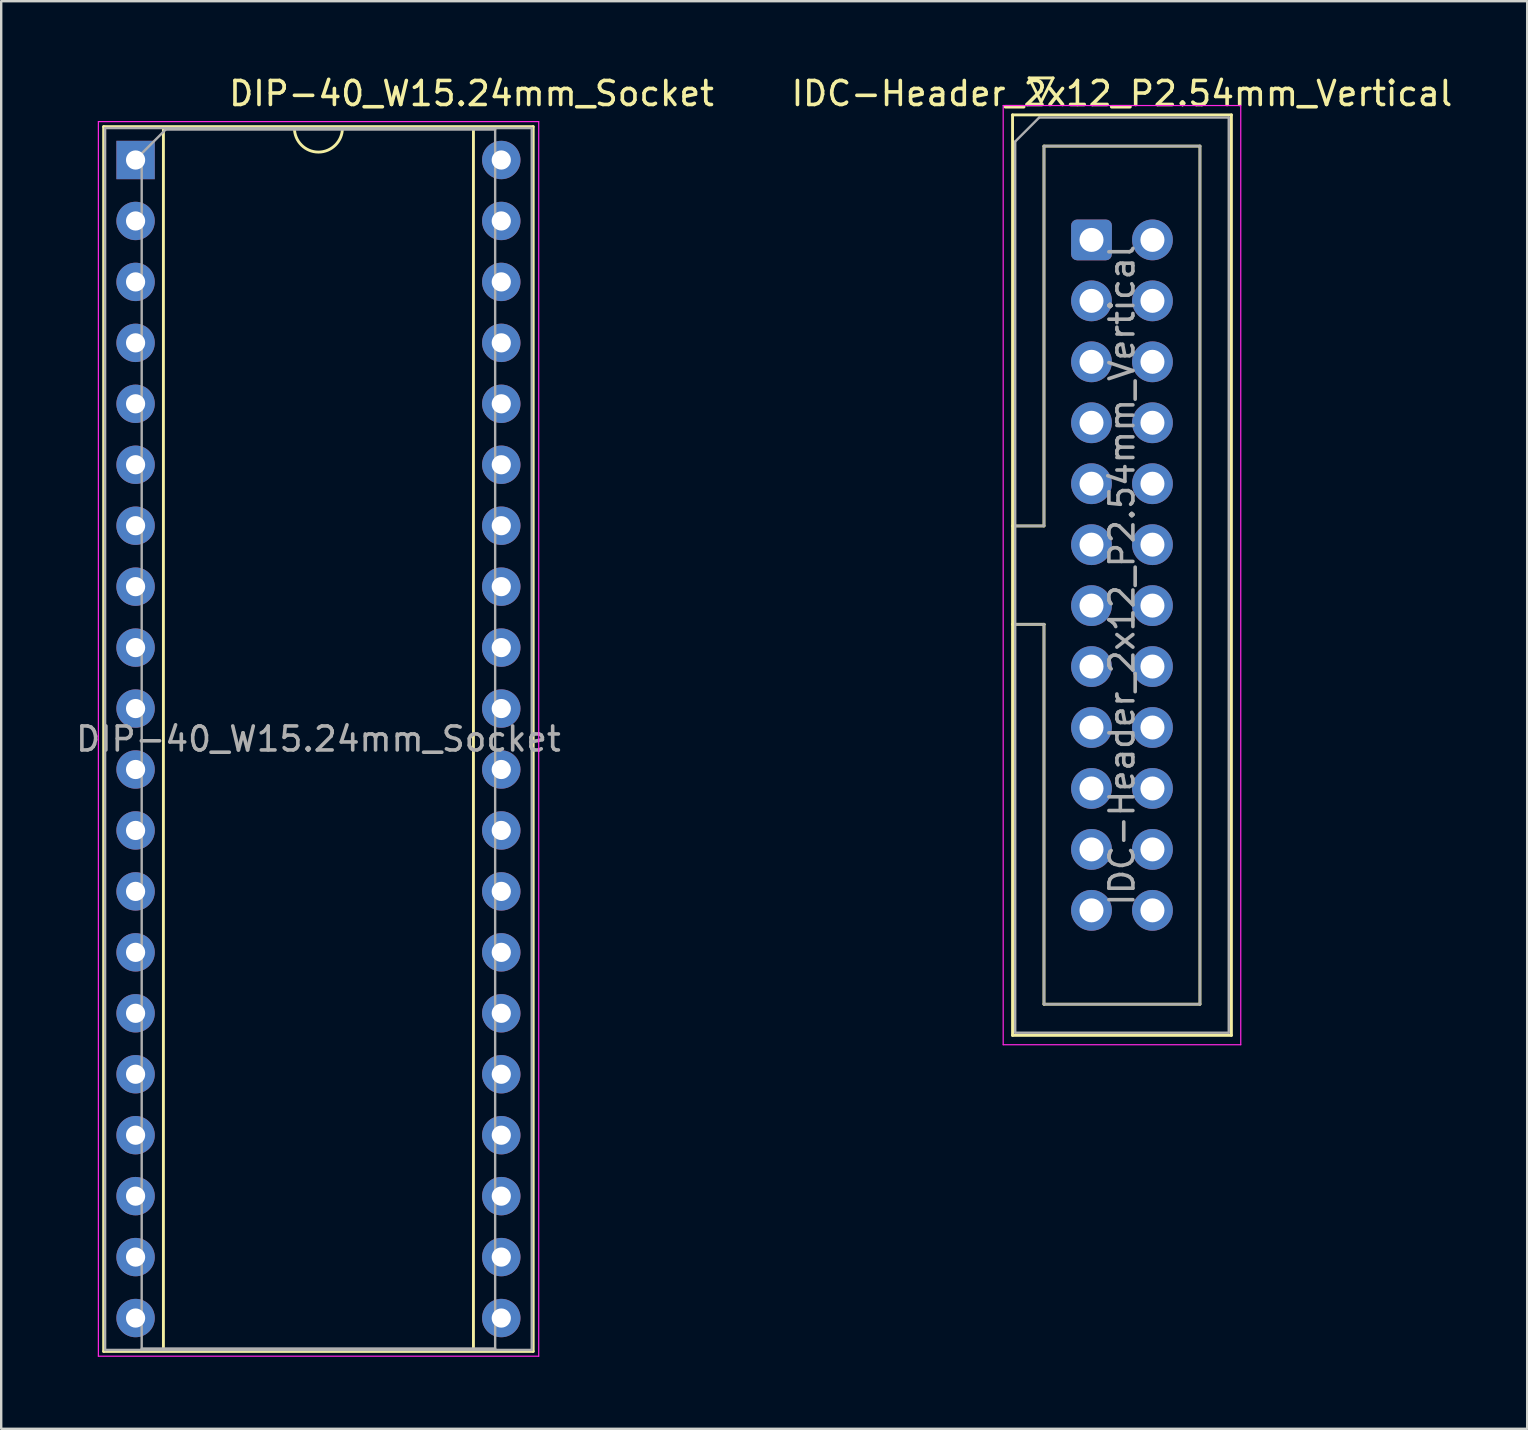
<source format=kicad_pcb>
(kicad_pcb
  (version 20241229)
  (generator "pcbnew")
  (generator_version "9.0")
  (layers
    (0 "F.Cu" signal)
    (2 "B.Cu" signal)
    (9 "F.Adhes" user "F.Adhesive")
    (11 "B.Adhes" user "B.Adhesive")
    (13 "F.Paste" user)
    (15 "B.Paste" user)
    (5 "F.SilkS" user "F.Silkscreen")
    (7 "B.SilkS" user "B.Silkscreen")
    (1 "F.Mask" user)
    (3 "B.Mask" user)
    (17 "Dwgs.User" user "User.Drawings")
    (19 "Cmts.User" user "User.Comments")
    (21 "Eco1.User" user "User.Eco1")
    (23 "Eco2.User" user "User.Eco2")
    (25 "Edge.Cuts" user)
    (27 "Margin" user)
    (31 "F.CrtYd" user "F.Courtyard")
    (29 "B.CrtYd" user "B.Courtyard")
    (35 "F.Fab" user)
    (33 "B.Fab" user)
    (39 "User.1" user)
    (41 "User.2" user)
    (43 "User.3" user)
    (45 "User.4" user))
  (footprint "DIP-40_W15.24mm_Socket"
    (layer "F.Cu")
    (at 2.6 3.618)
    (property "Reference" "DIP-40_W15.24mm_Socket" (at 14 -2.77 0) (layer "F.SilkS") (effects (font (size 1 1) (thickness 0.15))))
    (attr through_hole)
    (fp_line (start -1.33 -1.39) (end -1.33 49.65) (stroke (width 0.12) (type solid)) (layer "F.SilkS"))
    (fp_line (start -1.33 49.65) (end 16.57 49.65) (stroke (width 0.12) (type solid)) (layer "F.SilkS"))
    (fp_line (start 1.16 -1.33) (end 1.16 49.59) (stroke (width 0.12) (type solid)) (layer "F.SilkS"))
    (fp_line (start 1.16 49.59) (end 14.08 49.59) (stroke (width 0.12) (type solid)) (layer "F.SilkS"))
    (fp_line (start 6.62 -1.33) (end 1.16 -1.33) (stroke (width 0.12) (type solid)) (layer "F.SilkS"))
    (fp_line (start 14.08 -1.33) (end 8.62 -1.33) (stroke (width 0.12) (type solid)) (layer "F.SilkS"))
    (fp_line (start 14.08 49.59) (end 14.08 -1.33) (stroke (width 0.12) (type solid)) (layer "F.SilkS"))
    (fp_line (start 16.57 -1.39) (end -1.33 -1.39) (stroke (width 0.12) (type solid)) (layer "F.SilkS"))
    (fp_line (start 16.57 49.65) (end 16.57 -1.39) (stroke (width 0.12) (type solid)) (layer "F.SilkS"))
    (fp_arc (start 8.62 -1.33) (mid 7.62 -0.33) (end 6.62 -1.33) (stroke (width 0.12) (type solid)) (layer "F.SilkS"))
    (fp_line (start -1.55 -1.6) (end -1.55 49.85) (stroke (width 0.05) (type solid)) (layer "F.CrtYd"))
    (fp_line (start -1.55 49.85) (end 16.8 49.85) (stroke (width 0.05) (type solid)) (layer "F.CrtYd"))
    (fp_line (start 16.8 -1.6) (end -1.55 -1.6) (stroke (width 0.05) (type solid)) (layer "F.CrtYd"))
    (fp_line (start 16.8 49.85) (end 16.8 -1.6) (stroke (width 0.05) (type solid)) (layer "F.CrtYd"))
    (fp_line (start -1.27 -1.33) (end -1.27 49.59) (stroke (width 0.1) (type solid)) (layer "F.Fab"))
    (fp_line (start -1.27 49.59) (end 16.51 49.59) (stroke (width 0.1) (type solid)) (layer "F.Fab"))
    (fp_line (start 0.255 -0.27) (end 1.255 -1.27) (stroke (width 0.1) (type solid)) (layer "F.Fab"))
    (fp_line (start 0.255 49.53) (end 0.255 -0.27) (stroke (width 0.1) (type solid)) (layer "F.Fab"))
    (fp_line (start 1.255 -1.27) (end 14.985 -1.27) (stroke (width 0.1) (type solid)) (layer "F.Fab"))
    (fp_line (start 14.985 -1.27) (end 14.985 49.53) (stroke (width 0.1) (type solid)) (layer "F.Fab"))
    (fp_line (start 14.985 49.53) (end 0.255 49.53) (stroke (width 0.1) (type solid)) (layer "F.Fab"))
    (fp_line (start 16.51 -1.33) (end -1.27 -1.33) (stroke (width 0.1) (type solid)) (layer "F.Fab"))
    (fp_line (start 16.51 49.59) (end 16.51 -1.33) (stroke (width 0.1) (type solid)) (layer "F.Fab"))
    (fp_text user "${REFERENCE}" (at 7.62 24.13 0) (layer "F.Fab") (effects (font (size 1 1) (thickness 0.15))))
    (pad "1" thru_hole rect (at 0 0) (size 1.6 1.6) (drill 0.8) (layers "*.Cu" "*.Mask"))
    (pad "2" thru_hole oval (at 0 2.54) (size 1.6 1.6) (drill 0.8) (layers "*.Cu" "*.Mask"))
    (pad "3" thru_hole oval (at 0 5.08) (size 1.6 1.6) (drill 0.8) (layers "*.Cu" "*.Mask"))
    (pad "4" thru_hole oval (at 0 7.62) (size 1.6 1.6) (drill 0.8) (layers "*.Cu" "*.Mask"))
    (pad "5" thru_hole oval (at 0 10.16) (size 1.6 1.6) (drill 0.8) (layers "*.Cu" "*.Mask"))
    (pad "6" thru_hole oval (at 0 12.7) (size 1.6 1.6) (drill 0.8) (layers "*.Cu" "*.Mask"))
    (pad "7" thru_hole oval (at 0 15.24) (size 1.6 1.6) (drill 0.8) (layers "*.Cu" "*.Mask"))
    (pad "8" thru_hole oval (at 0 17.78) (size 1.6 1.6) (drill 0.8) (layers "*.Cu" "*.Mask"))
    (pad "9" thru_hole oval (at 0 20.32) (size 1.6 1.6) (drill 0.8) (layers "*.Cu" "*.Mask"))
    (pad "10" thru_hole oval (at 0 22.86) (size 1.6 1.6) (drill 0.8) (layers "*.Cu" "*.Mask"))
    (pad "11" thru_hole oval (at 0 25.4) (size 1.6 1.6) (drill 0.8) (layers "*.Cu" "*.Mask"))
    (pad "12" thru_hole oval (at 0 27.94) (size 1.6 1.6) (drill 0.8) (layers "*.Cu" "*.Mask"))
    (pad "13" thru_hole oval (at 0 30.48) (size 1.6 1.6) (drill 0.8) (layers "*.Cu" "*.Mask"))
    (pad "14" thru_hole oval (at 0 33.02) (size 1.6 1.6) (drill 0.8) (layers "*.Cu" "*.Mask"))
    (pad "15" thru_hole oval (at 0 35.56) (size 1.6 1.6) (drill 0.8) (layers "*.Cu" "*.Mask"))
    (pad "16" thru_hole oval (at 0 38.1) (size 1.6 1.6) (drill 0.8) (layers "*.Cu" "*.Mask"))
    (pad "17" thru_hole oval (at 0 40.64) (size 1.6 1.6) (drill 0.8) (layers "*.Cu" "*.Mask"))
    (pad "18" thru_hole oval (at 0 43.18) (size 1.6 1.6) (drill 0.8) (layers "*.Cu" "*.Mask"))
    (pad "19" thru_hole oval (at 0 45.72) (size 1.6 1.6) (drill 0.8) (layers "*.Cu" "*.Mask"))
    (pad "20" thru_hole oval (at 0 48.26) (size 1.6 1.6) (drill 0.8) (layers "*.Cu" "*.Mask"))
    (pad "21" thru_hole oval (at 15.24 48.26) (size 1.6 1.6) (drill 0.8) (layers "*.Cu" "*.Mask"))
    (pad "22" thru_hole oval (at 15.24 45.72) (size 1.6 1.6) (drill 0.8) (layers "*.Cu" "*.Mask"))
    (pad "23" thru_hole oval (at 15.24 43.18) (size 1.6 1.6) (drill 0.8) (layers "*.Cu" "*.Mask"))
    (pad "24" thru_hole oval (at 15.24 40.64) (size 1.6 1.6) (drill 0.8) (layers "*.Cu" "*.Mask"))
    (pad "25" thru_hole oval (at 15.24 38.1) (size 1.6 1.6) (drill 0.8) (layers "*.Cu" "*.Mask"))
    (pad "26" thru_hole oval (at 15.24 35.56) (size 1.6 1.6) (drill 0.8) (layers "*.Cu" "*.Mask"))
    (pad "27" thru_hole oval (at 15.24 33.02) (size 1.6 1.6) (drill 0.8) (layers "*.Cu" "*.Mask"))
    (pad "28" thru_hole oval (at 15.24 30.48) (size 1.6 1.6) (drill 0.8) (layers "*.Cu" "*.Mask"))
    (pad "29" thru_hole oval (at 15.24 27.94) (size 1.6 1.6) (drill 0.8) (layers "*.Cu" "*.Mask"))
    (pad "30" thru_hole oval (at 15.24 25.4) (size 1.6 1.6) (drill 0.8) (layers "*.Cu" "*.Mask"))
    (pad "31" thru_hole oval (at 15.24 22.86) (size 1.6 1.6) (drill 0.8) (layers "*.Cu" "*.Mask"))
    (pad "32" thru_hole oval (at 15.24 20.32) (size 1.6 1.6) (drill 0.8) (layers "*.Cu" "*.Mask"))
    (pad "33" thru_hole oval (at 15.24 17.78) (size 1.6 1.6) (drill 0.8) (layers "*.Cu" "*.Mask"))
    (pad "34" thru_hole oval (at 15.24 15.24) (size 1.6 1.6) (drill 0.8) (layers "*.Cu" "*.Mask"))
    (pad "35" thru_hole oval (at 15.24 12.7) (size 1.6 1.6) (drill 0.8) (layers "*.Cu" "*.Mask"))
    (pad "36" thru_hole oval (at 15.24 10.16) (size 1.6 1.6) (drill 0.8) (layers "*.Cu" "*.Mask"))
    (pad "37" thru_hole oval (at 15.24 7.62) (size 1.6 1.6) (drill 0.8) (layers "*.Cu" "*.Mask"))
    (pad "38" thru_hole oval (at 15.24 5.08) (size 1.6 1.6) (drill 0.8) (layers "*.Cu" "*.Mask"))
    (pad "39" thru_hole oval (at 15.24 2.54) (size 1.6 1.6) (drill 0.8) (layers "*.Cu" "*.Mask"))
    (pad "40" thru_hole oval (at 15.24 0) (size 1.6 1.6) (drill 0.8) (layers "*.Cu" "*.Mask")))
  (footprint "IDC-Header_2x12_P2.54mm_Vertical"
    (layer "F.Cu")
    (at 42.437 6.948)
    (property "Reference" "IDC-Header_2x12_P2.54mm_Vertical" (at 1.27 -6.1 0) (layer "F.SilkS") (effects (font (size 1 1) (thickness 0.15))))
    (attr through_hole)
    (fp_line (start -3.29 -5.21) (end 5.83 -5.21) (stroke (width 0.12) (type solid)) (layer "F.SilkS"))
    (fp_line (start -3.29 11.92) (end -1.98 11.92) (stroke (width 0.12) (type solid)) (layer "F.SilkS"))
    (fp_line (start -3.29 33.15) (end -3.29 -5.21) (stroke (width 0.12) (type solid)) (layer "F.SilkS"))
    (fp_line (start -2.6 -6.75) (end -2.1 -5.75) (stroke (width 0.12) (type solid)) (layer "F.SilkS"))
    (fp_line (start -2.1 -5.75) (end -1.6 -6.75) (stroke (width 0.12) (type solid)) (layer "F.SilkS"))
    (fp_line (start -1.98 -3.91) (end 4.52 -3.91) (stroke (width 0.12) (type solid)) (layer "F.SilkS"))
    (fp_line (start -1.98 11.92) (end -1.98 -3.91) (stroke (width 0.12) (type solid)) (layer "F.SilkS"))
    (fp_line (start -1.98 16.02) (end -3.29 16.02) (stroke (width 0.12) (type solid)) (layer "F.SilkS"))
    (fp_line (start -1.98 16.02) (end -1.98 16.02) (stroke (width 0.12) (type solid)) (layer "F.SilkS"))
    (fp_line (start -1.98 31.85) (end -1.98 16.02) (stroke (width 0.12) (type solid)) (layer "F.SilkS"))
    (fp_line (start -1.6 -6.75) (end -2.6 -6.75) (stroke (width 0.12) (type solid)) (layer "F.SilkS"))
    (fp_line (start 4.52 -3.91) (end 4.52 31.85) (stroke (width 0.12) (type solid)) (layer "F.SilkS"))
    (fp_line (start 4.52 31.85) (end -1.98 31.85) (stroke (width 0.12) (type solid)) (layer "F.SilkS"))
    (fp_line (start 5.83 -5.21) (end 5.83 33.15) (stroke (width 0.12) (type solid)) (layer "F.SilkS"))
    (fp_line (start 5.83 33.15) (end -3.29 33.15) (stroke (width 0.12) (type solid)) (layer "F.SilkS"))
    (fp_line (start -3.68 -5.6) (end -3.68 33.54) (stroke (width 0.05) (type solid)) (layer "F.CrtYd"))
    (fp_line (start -3.68 33.54) (end 6.22 33.54) (stroke (width 0.05) (type solid)) (layer "F.CrtYd"))
    (fp_line (start 6.22 -5.6) (end -3.68 -5.6) (stroke (width 0.05) (type solid)) (layer "F.CrtYd"))
    (fp_line (start 6.22 33.54) (end 6.22 -5.6) (stroke (width 0.05) (type solid)) (layer "F.CrtYd"))
    (fp_line (start -3.18 -4.1) (end -2.18 -5.1) (stroke (width 0.1) (type solid)) (layer "F.Fab"))
    (fp_line (start -3.18 11.92) (end -1.98 11.92) (stroke (width 0.1) (type solid)) (layer "F.Fab"))
    (fp_line (start -3.18 33.04) (end -3.18 -4.1) (stroke (width 0.1) (type solid)) (layer "F.Fab"))
    (fp_line (start -2.18 -5.1) (end 5.72 -5.1) (stroke (width 0.1) (type solid)) (layer "F.Fab"))
    (fp_line (start -1.98 -3.91) (end 4.52 -3.91) (stroke (width 0.1) (type solid)) (layer "F.Fab"))
    (fp_line (start -1.98 11.92) (end -1.98 -3.91) (stroke (width 0.1) (type solid)) (layer "F.Fab"))
    (fp_line (start -1.98 16.02) (end -3.18 16.02) (stroke (width 0.1) (type solid)) (layer "F.Fab"))
    (fp_line (start -1.98 16.02) (end -1.98 16.02) (stroke (width 0.1) (type solid)) (layer "F.Fab"))
    (fp_line (start -1.98 31.85) (end -1.98 16.02) (stroke (width 0.1) (type solid)) (layer "F.Fab"))
    (fp_line (start 4.52 -3.91) (end 4.52 31.85) (stroke (width 0.1) (type solid)) (layer "F.Fab"))
    (fp_line (start 4.52 31.85) (end -1.98 31.85) (stroke (width 0.1) (type solid)) (layer "F.Fab"))
    (fp_line (start 5.72 -5.1) (end 5.72 33.04) (stroke (width 0.1) (type solid)) (layer "F.Fab"))
    (fp_line (start 5.72 33.04) (end -3.18 33.04) (stroke (width 0.1) (type solid)) (layer "F.Fab"))
    (fp_text user "${REFERENCE}" (at 1.27 13.97 90) (layer "F.Fab") (effects (font (size 1 1) (thickness 0.15))))
    (pad "1" thru_hole roundrect (at 0 0) (size 1.7 1.7) (drill 1) (layers "*.Cu" "*.Mask") (roundrect_rratio 0.147))
    (pad "2" thru_hole circle (at 2.54 0) (size 1.7 1.7) (drill 1) (layers "*.Cu" "*.Mask"))
    (pad "3" thru_hole circle (at 0 2.54) (size 1.7 1.7) (drill 1) (layers "*.Cu" "*.Mask"))
    (pad "4" thru_hole circle (at 2.54 2.54) (size 1.7 1.7) (drill 1) (layers "*.Cu" "*.Mask"))
    (pad "5" thru_hole circle (at 0 5.08) (size 1.7 1.7) (drill 1) (layers "*.Cu" "*.Mask"))
    (pad "6" thru_hole circle (at 2.54 5.08) (size 1.7 1.7) (drill 1) (layers "*.Cu" "*.Mask"))
    (pad "7" thru_hole circle (at 0 7.62) (size 1.7 1.7) (drill 1) (layers "*.Cu" "*.Mask"))
    (pad "8" thru_hole circle (at 2.54 7.62) (size 1.7 1.7) (drill 1) (layers "*.Cu" "*.Mask"))
    (pad "9" thru_hole circle (at 0 10.16) (size 1.7 1.7) (drill 1) (layers "*.Cu" "*.Mask"))
    (pad "10" thru_hole circle (at 2.54 10.16) (size 1.7 1.7) (drill 1) (layers "*.Cu" "*.Mask"))
    (pad "11" thru_hole circle (at 0 12.7) (size 1.7 1.7) (drill 1) (layers "*.Cu" "*.Mask"))
    (pad "12" thru_hole circle (at 2.54 12.7) (size 1.7 1.7) (drill 1) (layers "*.Cu" "*.Mask"))
    (pad "13" thru_hole circle (at 0 15.24) (size 1.7 1.7) (drill 1) (layers "*.Cu" "*.Mask"))
    (pad "14" thru_hole circle (at 2.54 15.24) (size 1.7 1.7) (drill 1) (layers "*.Cu" "*.Mask"))
    (pad "15" thru_hole circle (at 0 17.78) (size 1.7 1.7) (drill 1) (layers "*.Cu" "*.Mask"))
    (pad "16" thru_hole circle (at 2.54 17.78) (size 1.7 1.7) (drill 1) (layers "*.Cu" "*.Mask"))
    (pad "17" thru_hole circle (at 0 20.32) (size 1.7 1.7) (drill 1) (layers "*.Cu" "*.Mask"))
    (pad "18" thru_hole circle (at 2.54 20.32) (size 1.7 1.7) (drill 1) (layers "*.Cu" "*.Mask"))
    (pad "19" thru_hole circle (at 0 22.86) (size 1.7 1.7) (drill 1) (layers "*.Cu" "*.Mask"))
    (pad "20" thru_hole circle (at 2.54 22.86) (size 1.7 1.7) (drill 1) (layers "*.Cu" "*.Mask"))
    (pad "21" thru_hole circle (at 0 25.4) (size 1.7 1.7) (drill 1) (layers "*.Cu" "*.Mask"))
    (pad "22" thru_hole circle (at 2.54 25.4) (size 1.7 1.7) (drill 1) (layers "*.Cu" "*.Mask"))
    (pad "23" thru_hole circle (at 0 27.94) (size 1.7 1.7) (drill 1) (layers "*.Cu" "*.Mask"))
    (pad "24" thru_hole circle (at 2.54 27.94) (size 1.7 1.7) (drill 1) (layers "*.Cu" "*.Mask")))
  (gr_rect
    (start -3 -3)
    (end 60.594 56.493)
    (stroke (width 0.1) (type default))
    (fill no)
    (layer "Edge.Cuts")))
</source>
